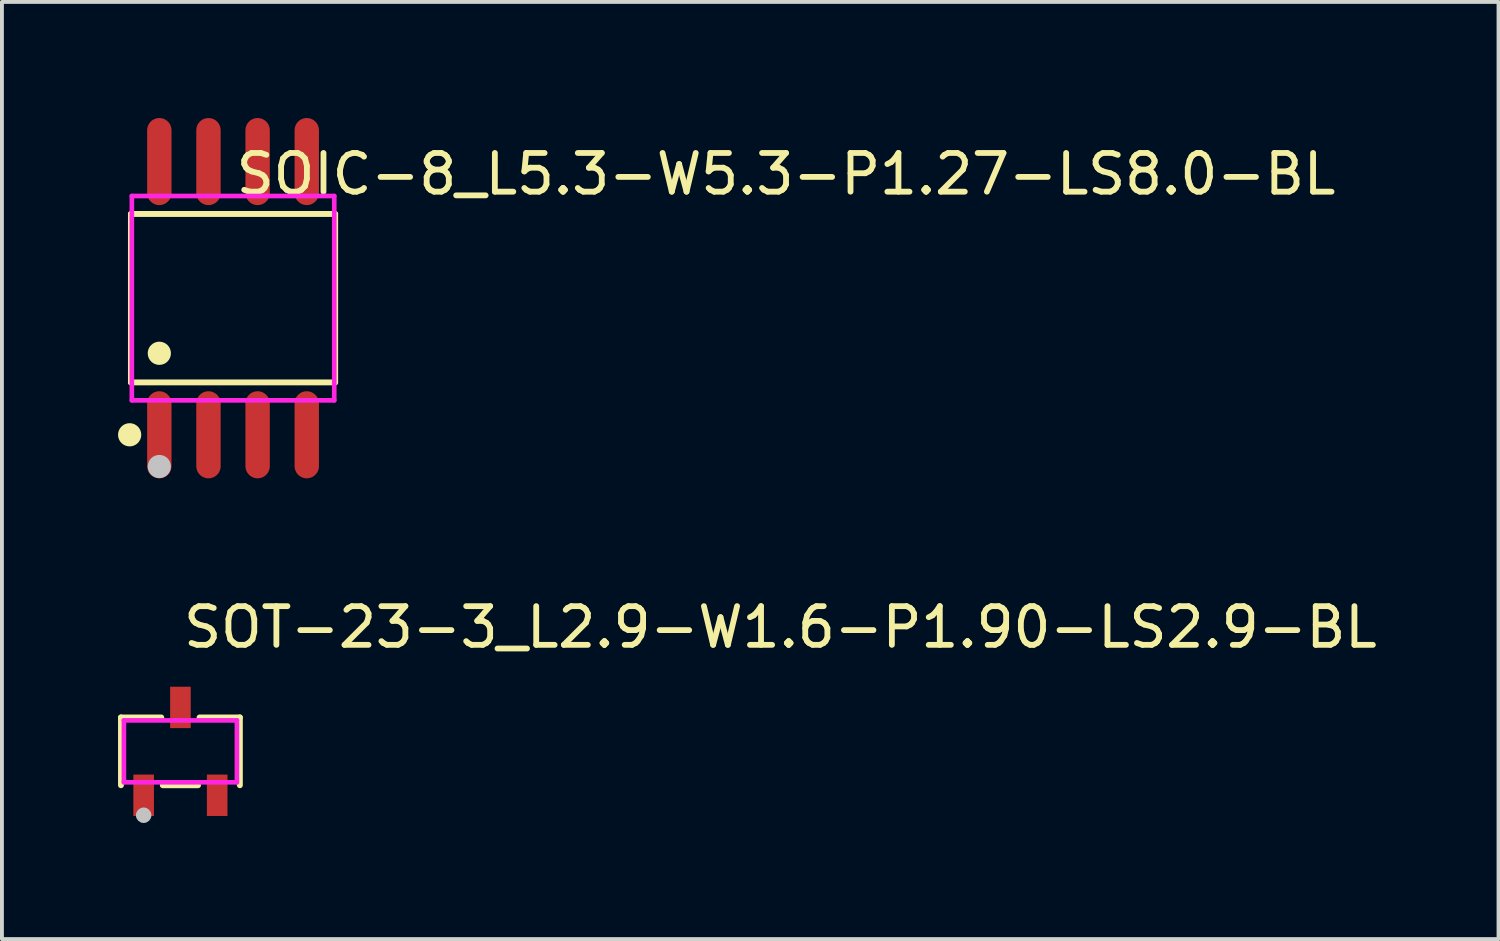
<source format=kicad_pcb>
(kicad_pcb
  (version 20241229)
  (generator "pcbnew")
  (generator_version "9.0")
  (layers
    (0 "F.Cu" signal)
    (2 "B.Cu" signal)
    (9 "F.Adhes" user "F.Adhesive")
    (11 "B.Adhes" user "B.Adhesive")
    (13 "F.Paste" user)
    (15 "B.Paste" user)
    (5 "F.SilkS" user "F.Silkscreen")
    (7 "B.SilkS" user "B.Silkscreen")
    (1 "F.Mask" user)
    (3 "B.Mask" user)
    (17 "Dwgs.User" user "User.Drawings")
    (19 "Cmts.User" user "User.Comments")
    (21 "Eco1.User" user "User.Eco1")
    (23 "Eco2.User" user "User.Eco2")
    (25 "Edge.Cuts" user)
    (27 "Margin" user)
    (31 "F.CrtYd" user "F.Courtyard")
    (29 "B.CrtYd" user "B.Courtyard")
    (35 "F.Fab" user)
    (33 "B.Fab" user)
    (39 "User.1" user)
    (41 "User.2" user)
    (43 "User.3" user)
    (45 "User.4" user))
  (footprint "SOIC-8_L5.3-W5.3-P1.27-LS8.0-BL"
    (layer "F.Cu")
    (at 2.972 4.655)
    (property "Reference" "SOIC-8_L5.3-W5.3-P1.27-LS8.0-BL" (at 0 -3.207 0) (layer "F.SilkS") (effects (font (size 1 1) (thickness 0.15)) (justify left)))
    (attr through_hole)
    (fp_line (start -2.639 -2.176) (end 2.639 -2.176) (stroke (width 0.152) (type solid)) (layer "F.SilkS"))
    (fp_line (start -2.639 2.176) (end -2.639 -2.176) (stroke (width 0.152) (type solid)) (layer "F.SilkS"))
    (fp_line (start 2.639 -2.176) (end 2.639 2.176) (stroke (width 0.152) (type solid)) (layer "F.SilkS"))
    (fp_line (start 2.639 2.176) (end -2.639 2.176) (stroke (width 0.152) (type solid)) (layer "F.SilkS"))
    (fp_circle (center -2.672 3.53) (end -2.522 3.53) (stroke (width 0.3) (type solid)) (fill no) (layer "F.SilkS"))
    (fp_circle (center -1.905 1.424) (end -1.755 1.424) (stroke (width 0.3) (type solid)) (fill no) (layer "F.SilkS"))
    (fp_circle (center -1.905 4.35) (end -1.755 4.35) (stroke (width 0.3) (type solid)) (fill no) (layer "Dwgs.User"))
    (fp_line (start -2.13 -3.31) (end -2.13 -2.595) (stroke (width 0.12) (type solid)) (layer "Eco2.User"))
    (fp_line (start -2.13 -2.595) (end -1.68 -2.595) (stroke (width 0.12) (type solid)) (layer "Eco2.User"))
    (fp_line (start -2.13 2.595) (end -1.68 2.595) (stroke (width 0.12) (type solid)) (layer "Eco2.User"))
    (fp_line (start -2.13 3.31) (end -2.13 2.595) (stroke (width 0.12) (type solid)) (layer "Eco2.User"))
    (fp_line (start -1.68 -3.31) (end -2.13 -3.31) (stroke (width 0.12) (type solid)) (layer "Eco2.User"))
    (fp_line (start -1.68 -2.595) (end -1.68 -3.31) (stroke (width 0.12) (type solid)) (layer "Eco2.User"))
    (fp_line (start -1.68 2.595) (end -1.68 3.31) (stroke (width 0.12) (type solid)) (layer "Eco2.User"))
    (fp_line (start -1.68 3.31) (end -2.13 3.31) (stroke (width 0.12) (type solid)) (layer "Eco2.User"))
    (fp_line (start -0.86 -3.31) (end -0.86 -2.595) (stroke (width 0.12) (type solid)) (layer "Eco2.User"))
    (fp_line (start -0.86 -2.595) (end -0.41 -2.595) (stroke (width 0.12) (type solid)) (layer "Eco2.User"))
    (fp_line (start -0.86 2.595) (end -0.41 2.595) (stroke (width 0.12) (type solid)) (layer "Eco2.User"))
    (fp_line (start -0.86 3.31) (end -0.86 2.595) (stroke (width 0.12) (type solid)) (layer "Eco2.User"))
    (fp_line (start -0.41 -3.31) (end -0.86 -3.31) (stroke (width 0.12) (type solid)) (layer "Eco2.User"))
    (fp_line (start -0.41 -2.595) (end -0.41 -3.31) (stroke (width 0.12) (type solid)) (layer "Eco2.User"))
    (fp_line (start -0.41 2.595) (end -0.41 3.31) (stroke (width 0.12) (type solid)) (layer "Eco2.User"))
    (fp_line (start -0.41 3.31) (end -0.86 3.31) (stroke (width 0.12) (type solid)) (layer "Eco2.User"))
    (fp_line (start 0.41 -3.31) (end 0.41 -2.595) (stroke (width 0.12) (type solid)) (layer "Eco2.User"))
    (fp_line (start 0.41 -2.595) (end 0.86 -2.595) (stroke (width 0.12) (type solid)) (layer "Eco2.User"))
    (fp_line (start 0.41 2.595) (end 0.86 2.595) (stroke (width 0.12) (type solid)) (layer "Eco2.User"))
    (fp_line (start 0.41 3.31) (end 0.41 2.595) (stroke (width 0.12) (type solid)) (layer "Eco2.User"))
    (fp_line (start 0.86 -3.31) (end 0.41 -3.31) (stroke (width 0.12) (type solid)) (layer "Eco2.User"))
    (fp_line (start 0.86 -2.595) (end 0.86 -3.31) (stroke (width 0.12) (type solid)) (layer "Eco2.User"))
    (fp_line (start 0.86 2.595) (end 0.86 3.31) (stroke (width 0.12) (type solid)) (layer "Eco2.User"))
    (fp_line (start 0.86 3.31) (end 0.41 3.31) (stroke (width 0.12) (type solid)) (layer "Eco2.User"))
    (fp_line (start 1.68 -3.31) (end 1.68 -2.595) (stroke (width 0.12) (type solid)) (layer "Eco2.User"))
    (fp_line (start 1.68 -2.595) (end 2.13 -2.595) (stroke (width 0.12) (type solid)) (layer "Eco2.User"))
    (fp_line (start 1.68 2.595) (end 2.13 2.595) (stroke (width 0.12) (type solid)) (layer "Eco2.User"))
    (fp_line (start 1.68 3.31) (end 1.68 2.595) (stroke (width 0.12) (type solid)) (layer "Eco2.User"))
    (fp_line (start 2.13 -3.31) (end 1.68 -3.31) (stroke (width 0.12) (type solid)) (layer "Eco2.User"))
    (fp_line (start 2.13 -2.595) (end 2.13 -3.31) (stroke (width 0.12) (type solid)) (layer "Eco2.User"))
    (fp_line (start 2.13 2.595) (end 2.13 3.31) (stroke (width 0.12) (type solid)) (layer "Eco2.User"))
    (fp_line (start 2.13 3.31) (end 1.68 3.31) (stroke (width 0.12) (type solid)) (layer "Eco2.User"))
    (fp_circle (center -2.585 3.92) (end -2.555 3.92) (stroke (width 0.06) (type solid)) (fill no) (layer "Eco2.User"))
    (fp_poly (pts (xy -2.13 -3.95) (xy -2.13 -3.3) (xy -1.68 -3.3) (xy -1.68 -3.95)) (stroke (width 0.12) (type solid)) (fill no) (layer "Eco2.User"))
    (fp_poly (pts (xy -2.13 3.95) (xy -2.13 3.3) (xy -1.68 3.3) (xy -1.68 3.95)) (stroke (width 0.12) (type solid)) (fill no) (layer "Eco2.User"))
    (fp_poly (pts (xy -0.86 -3.95) (xy -0.86 -3.3) (xy -0.41 -3.3) (xy -0.41 -3.95)) (stroke (width 0.12) (type solid)) (fill no) (layer "Eco2.User"))
    (fp_poly (pts (xy -0.86 3.95) (xy -0.86 3.3) (xy -0.41 3.3) (xy -0.41 3.95)) (stroke (width 0.12) (type solid)) (fill no) (layer "Eco2.User"))
    (fp_poly (pts (xy 0.41 -3.95) (xy 0.41 -3.3) (xy 0.86 -3.3) (xy 0.86 -3.95)) (stroke (width 0.12) (type solid)) (fill no) (layer "Eco2.User"))
    (fp_poly (pts (xy 0.41 3.95) (xy 0.41 3.3) (xy 0.86 3.3) (xy 0.86 3.95)) (stroke (width 0.12) (type solid)) (fill no) (layer "Eco2.User"))
    (fp_poly (pts (xy 1.68 -3.95) (xy 1.68 -3.3) (xy 2.13 -3.3) (xy 2.13 -3.95)) (stroke (width 0.12) (type solid)) (fill no) (layer "Eco2.User"))
    (fp_poly (pts (xy 1.68 3.95) (xy 1.68 3.3) (xy 2.13 3.3) (xy 2.13 3.95)) (stroke (width 0.12) (type solid)) (fill no) (layer "Eco2.User"))
    (fp_line (start -2.615 -2.64) (end 2.615 -2.64) (stroke (width 0.12) (type solid)) (layer "F.CrtYd"))
    (fp_line (start -2.615 2.64) (end -2.615 -2.64) (stroke (width 0.12) (type solid)) (layer "F.CrtYd"))
    (fp_line (start 2.615 -2.64) (end 2.615 2.64) (stroke (width 0.12) (type solid)) (layer "F.CrtYd"))
    (fp_line (start 2.615 2.64) (end -2.615 2.64) (stroke (width 0.12) (type solid)) (layer "F.CrtYd"))
    (pad "1" smd oval (at -1.905 3.53) (size 0.63 2.25) (layers "F.Cu" "F.Mask" "F.Paste"))
    (pad "2" smd oval (at -0.635 3.53) (size 0.63 2.25) (layers "F.Cu" "F.Mask" "F.Paste"))
    (pad "3" smd oval (at 0.635 3.53) (size 0.63 2.25) (layers "F.Cu" "F.Mask" "F.Paste"))
    (pad "4" smd oval (at 1.905 3.53) (size 0.63 2.25) (layers "F.Cu" "F.Mask" "F.Paste"))
    (pad "5" smd oval (at 1.905 -3.53) (size 0.63 2.25) (layers "F.Cu" "F.Mask" "F.Paste"))
    (pad "6" smd oval (at 0.635 -3.53) (size 0.63 2.25) (layers "F.Cu" "F.Mask" "F.Paste"))
    (pad "7" smd oval (at -0.635 -3.53) (size 0.63 2.25) (layers "F.Cu" "F.Mask" "F.Paste"))
    (pad "8" smd oval (at -1.905 -3.53) (size 0.63 2.25) (layers "F.Cu" "F.Mask" "F.Paste")))
  (footprint "SOT-23-3_L2.9-W1.6-P1.90-LS2.9-BL"
    (layer "F.Cu")
    (at 1.612 16.365)
    (property "Reference" "SOT-23-3_L2.9-W1.6-P1.90-LS2.9-BL" (at 0 -3.207 0) (layer "F.SilkS") (effects (font (size 1 1) (thickness 0.15)) (justify left)))
    (attr through_hole)
    (fp_line (start -1.536 -0.876) (end -0.495 -0.876) (stroke (width 0.152) (type solid)) (layer "F.SilkS"))
    (fp_line (start -1.536 0.876) (end -1.536 -0.876) (stroke (width 0.152) (type solid)) (layer "F.SilkS"))
    (fp_line (start 0.455 0.876) (end -0.455 0.876) (stroke (width 0.152) (type solid)) (layer "F.SilkS"))
    (fp_line (start 1.536 -0.876) (end 0.495 -0.876) (stroke (width 0.152) (type solid)) (layer "F.SilkS"))
    (fp_line (start 1.536 0.876) (end 1.536 -0.876) (stroke (width 0.152) (type solid)) (layer "F.SilkS"))
    (fp_circle (center -0.95 1.651) (end -0.85 1.651) (stroke (width 0.2) (type solid)) (fill no) (layer "Dwgs.User"))
    (fp_line (start -1.162 0.79) (end -0.737 0.79) (stroke (width 0.12) (type solid)) (layer "Eco2.User"))
    (fp_line (start -1.162 1.06) (end -1.162 0.79) (stroke (width 0.12) (type solid)) (layer "Eco2.User"))
    (fp_line (start -0.737 0.79) (end -0.737 1.06) (stroke (width 0.12) (type solid)) (layer "Eco2.User"))
    (fp_line (start -0.737 1.06) (end -1.162 1.06) (stroke (width 0.12) (type solid)) (layer "Eco2.User"))
    (fp_line (start -0.212 -1.06) (end 0.212 -1.06) (stroke (width 0.12) (type solid)) (layer "Eco2.User"))
    (fp_line (start -0.212 -0.79) (end -0.212 -1.06) (stroke (width 0.12) (type solid)) (layer "Eco2.User"))
    (fp_line (start 0.212 -1.06) (end 0.212 -0.79) (stroke (width 0.12) (type solid)) (layer "Eco2.User"))
    (fp_line (start 0.212 -0.79) (end -0.212 -0.79) (stroke (width 0.12) (type solid)) (layer "Eco2.User"))
    (fp_line (start 0.737 0.79) (end 1.162 0.79) (stroke (width 0.12) (type solid)) (layer "Eco2.User"))
    (fp_line (start 0.737 1.06) (end 0.737 0.79) (stroke (width 0.12) (type solid)) (layer "Eco2.User"))
    (fp_line (start 1.162 0.79) (end 1.162 1.06) (stroke (width 0.12) (type solid)) (layer "Eco2.User"))
    (fp_line (start 1.162 1.06) (end 0.737 1.06) (stroke (width 0.12) (type solid)) (layer "Eco2.User"))
    (fp_circle (center -1.46 1.45) (end -1.43 1.45) (stroke (width 0.06) (type solid)) (fill no) (layer "Eco2.User"))
    (fp_poly (pts (xy -1.162 1.05) (xy -0.737 1.05) (xy -0.737 1.45) (xy -1.162 1.45)) (stroke (width 0.12) (type solid)) (fill no) (layer "Eco2.User"))
    (fp_poly (pts (xy -0.212 -1.45) (xy 0.212 -1.45) (xy 0.212 -1.05) (xy -0.212 -1.05)) (stroke (width 0.12) (type solid)) (fill no) (layer "Eco2.User"))
    (fp_poly (pts (xy 0.737 1.05) (xy 1.162 1.05) (xy 1.162 1.45) (xy 0.737 1.45)) (stroke (width 0.12) (type solid)) (fill no) (layer "Eco2.User"))
    (fp_line (start -1.46 -0.8) (end 1.46 -0.8) (stroke (width 0.12) (type solid)) (layer "F.CrtYd"))
    (fp_line (start -1.46 0.8) (end -1.46 -0.8) (stroke (width 0.12) (type solid)) (layer "F.CrtYd"))
    (fp_line (start 1.46 -0.8) (end 1.46 0.8) (stroke (width 0.12) (type solid)) (layer "F.CrtYd"))
    (fp_line (start 1.46 0.8) (end -1.46 0.8) (stroke (width 0.12) (type solid)) (layer "F.CrtYd"))
    (pad "1" smd rect (at -0.95 1.135 270) (size 1.07 0.532) (layers "F.Cu" "F.Mask" "F.Paste"))
    (pad "2" smd rect (at 0.95 1.135 270) (size 1.07 0.532) (layers "F.Cu" "F.Mask" "F.Paste"))
    (pad "3" smd rect (at 0 -1.135 270) (size 1.07 0.532) (layers "F.Cu" "F.Mask" "F.Paste")))
  (gr_rect
    (start -3 -3)
    (end 35.672 21.216)
    (stroke (width 0.1) (type default))
    (fill no)
    (layer "Edge.Cuts")))
</source>
